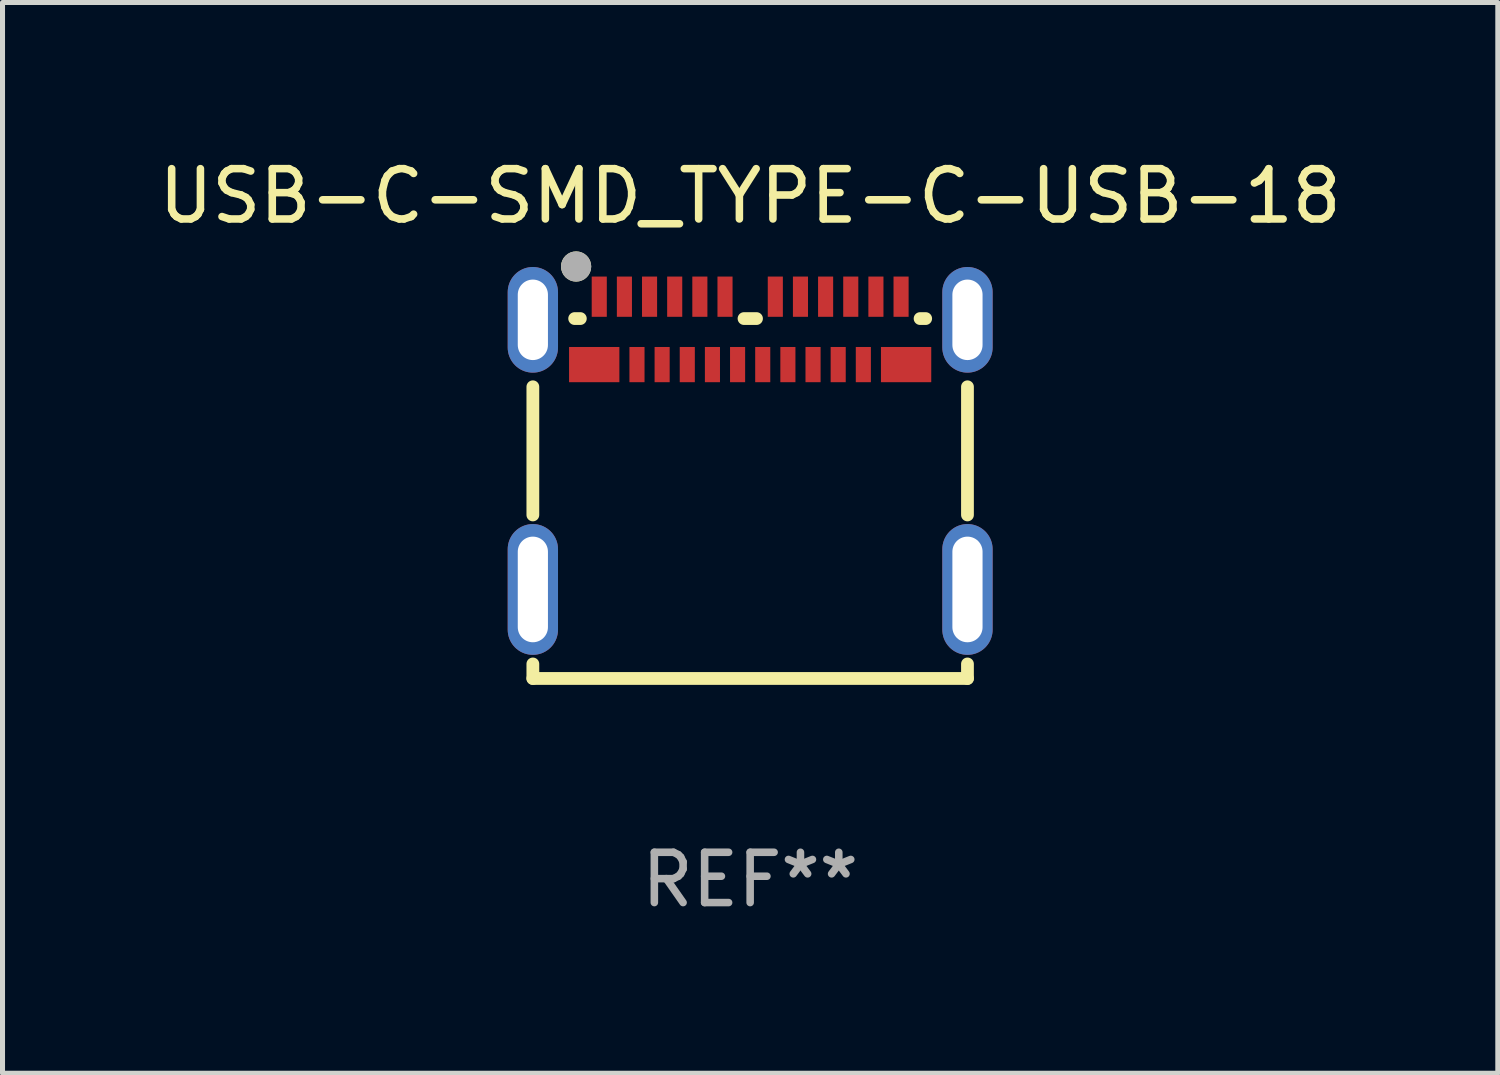
<source format=kicad_pcb>
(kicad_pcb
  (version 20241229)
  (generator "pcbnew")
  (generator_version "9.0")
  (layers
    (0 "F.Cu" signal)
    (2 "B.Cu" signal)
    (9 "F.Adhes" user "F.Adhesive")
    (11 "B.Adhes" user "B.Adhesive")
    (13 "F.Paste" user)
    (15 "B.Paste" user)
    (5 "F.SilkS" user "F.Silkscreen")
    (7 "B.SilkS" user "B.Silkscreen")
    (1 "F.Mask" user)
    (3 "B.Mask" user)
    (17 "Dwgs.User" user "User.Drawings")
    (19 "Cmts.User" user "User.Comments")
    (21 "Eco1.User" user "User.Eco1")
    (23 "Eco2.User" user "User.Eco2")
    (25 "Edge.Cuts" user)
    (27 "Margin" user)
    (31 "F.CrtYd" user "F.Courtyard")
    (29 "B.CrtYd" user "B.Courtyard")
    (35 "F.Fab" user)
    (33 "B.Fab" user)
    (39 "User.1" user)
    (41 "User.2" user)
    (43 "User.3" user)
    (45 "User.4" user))
  (footprint "USB-C-SMD_TYPE-C-USB-18"
    (layer "F.Cu")
    (at 11.863 5.758)
    (property "Reference" "USB-C-SMD_TYPE-C-USB-18" (at 0 -4.91 0) (layer "F.SilkS") (effects (font (size 1 1) (thickness 0.15))))
    (attr through_hole)
    (fp_line (start -4.32 1.429) (end -4.32 -1.119) (stroke (width 0.254) (type solid)) (layer "F.SilkS"))
    (fp_line (start -4.32 4.68) (end -4.32 4.391) (stroke (width 0.254) (type solid)) (layer "F.SilkS"))
    (fp_line (start -3.489 -2.475) (end -3.376 -2.475) (stroke (width 0.254) (type solid)) (layer "F.SilkS"))
    (fp_line (start -0.122 -2.475) (end 0.126 -2.475) (stroke (width 0.254) (type solid)) (layer "F.SilkS"))
    (fp_line (start 3.378 -2.475) (end 3.489 -2.475) (stroke (width 0.254) (type solid)) (layer "F.SilkS"))
    (fp_line (start 4.32 -1.119) (end 4.32 1.429) (stroke (width 0.254) (type solid)) (layer "F.SilkS"))
    (fp_line (start 4.32 4.391) (end 4.32 4.68) (stroke (width 0.254) (type solid)) (layer "F.SilkS"))
    (fp_line (start 4.32 4.68) (end -4.32 4.68) (stroke (width 0.254) (type solid)) (layer "F.SilkS"))
    (fp_circle (center -4.48 -3.025) (end -4.45 -3.025) (stroke (width 0.06) (type solid)) (fill no) (layer "F.SilkS"))
    (fp_circle (center -3.46 -3.51) (end -3.31 -3.51) (stroke (width 0.3) (type solid)) (fill no) (layer "F.SilkS"))
    (fp_circle (center -3.46 -3.51) (end -3.31 -3.51) (stroke (width 0.3) (type solid)) (fill no) (layer "F.Fab"))
    (fp_text user "REF**" (at 0 8.68 0) (layer "F.Fab") (effects (font (size 1 1) (thickness 0.15))))
    (pad "0" thru_hole oval (at -4.32 -2.45) (size 1 2.1) (drill oval 0.6 1.6) (layers "*.Cu" "*.Mask"))
    (pad "0" thru_hole oval (at -4.32 2.91) (size 1 2.6) (drill oval 0.6 2.1) (layers "*.Cu" "*.Mask"))
    (pad "0" thru_hole oval (at 4.32 -2.45) (size 1 2.1) (drill oval 0.6 1.6) (layers "*.Cu" "*.Mask"))
    (pad "0" thru_hole oval (at 4.32 2.91) (size 1 2.6) (drill oval 0.6 2.1) (layers "*.Cu" "*.Mask"))
    (pad "A1" smd rect (at -3 -2.91) (size 0.3 0.8) (layers "F.Cu" "F.Mask" "F.Paste"))
    (pad "A2" smd rect (at -2.5 -2.91) (size 0.3 0.8) (layers "F.Cu" "F.Mask" "F.Paste"))
    (pad "A3" smd rect (at -2 -2.91) (size 0.3 0.8) (layers "F.Cu" "F.Mask" "F.Paste"))
    (pad "A4" smd rect (at -1.5 -2.91) (size 0.3 0.8) (layers "F.Cu" "F.Mask" "F.Paste"))
    (pad "A5" smd rect (at -1 -2.91) (size 0.3 0.8) (layers "F.Cu" "F.Mask" "F.Paste"))
    (pad "A6" smd rect (at -0.5 -2.91) (size 0.3 0.8) (layers "F.Cu" "F.Mask" "F.Paste"))
    (pad "A7" smd rect (at 0.5 -2.91) (size 0.3 0.8) (layers "F.Cu" "F.Mask" "F.Paste"))
    (pad "A8" smd rect (at 1 -2.91) (size 0.3 0.8) (layers "F.Cu" "F.Mask" "F.Paste"))
    (pad "A9" smd rect (at 1.5 -2.91) (size 0.3 0.8) (layers "F.Cu" "F.Mask" "F.Paste"))
    (pad "A10" smd rect (at 2 -2.91) (size 0.3 0.8) (layers "F.Cu" "F.Mask" "F.Paste"))
    (pad "A11" smd rect (at 2.5 -2.91) (size 0.3 0.8) (layers "F.Cu" "F.Mask" "F.Paste"))
    (pad "A12" smd rect (at 3 -2.91) (size 0.3 0.8) (layers "F.Cu" "F.Mask" "F.Paste"))
    (pad "B1" smd rect (at 3.1 -1.56) (size 1 0.7) (layers "F.Cu" "F.Mask" "F.Paste"))
    (pad "B2" smd rect (at 2.25 -1.56) (size 0.3 0.7) (layers "F.Cu" "F.Mask" "F.Paste"))
    (pad "B3" smd rect (at 1.75 -1.56) (size 0.3 0.7) (layers "F.Cu" "F.Mask" "F.Paste"))
    (pad "B4" smd rect (at 1.25 -1.56) (size 0.3 0.7) (layers "F.Cu" "F.Mask" "F.Paste"))
    (pad "B5" smd rect (at 0.75 -1.56) (size 0.3 0.7) (layers "F.Cu" "F.Mask" "F.Paste"))
    (pad "B6" smd rect (at 0.25 -1.56) (size 0.3 0.7) (layers "F.Cu" "F.Mask" "F.Paste"))
    (pad "B7" smd rect (at -0.25 -1.56) (size 0.3 0.7) (layers "F.Cu" "F.Mask" "F.Paste"))
    (pad "B8" smd rect (at -0.75 -1.56) (size 0.3 0.7) (layers "F.Cu" "F.Mask" "F.Paste"))
    (pad "B9" smd rect (at -1.25 -1.56) (size 0.3 0.7) (layers "F.Cu" "F.Mask" "F.Paste"))
    (pad "B10" smd rect (at -1.75 -1.56) (size 0.3 0.7) (layers "F.Cu" "F.Mask" "F.Paste"))
    (pad "B11" smd rect (at -2.25 -1.56) (size 0.3 0.7) (layers "F.Cu" "F.Mask" "F.Paste"))
    (pad "B12" smd rect (at -3.1 -1.56) (size 1 0.7) (layers "F.Cu" "F.Mask" "F.Paste")))
  (gr_rect
    (start -3 -3)
    (end 26.726 18.286)
    (stroke (width 0.1) (type default))
    (fill no)
    (layer "Edge.Cuts")))
</source>
